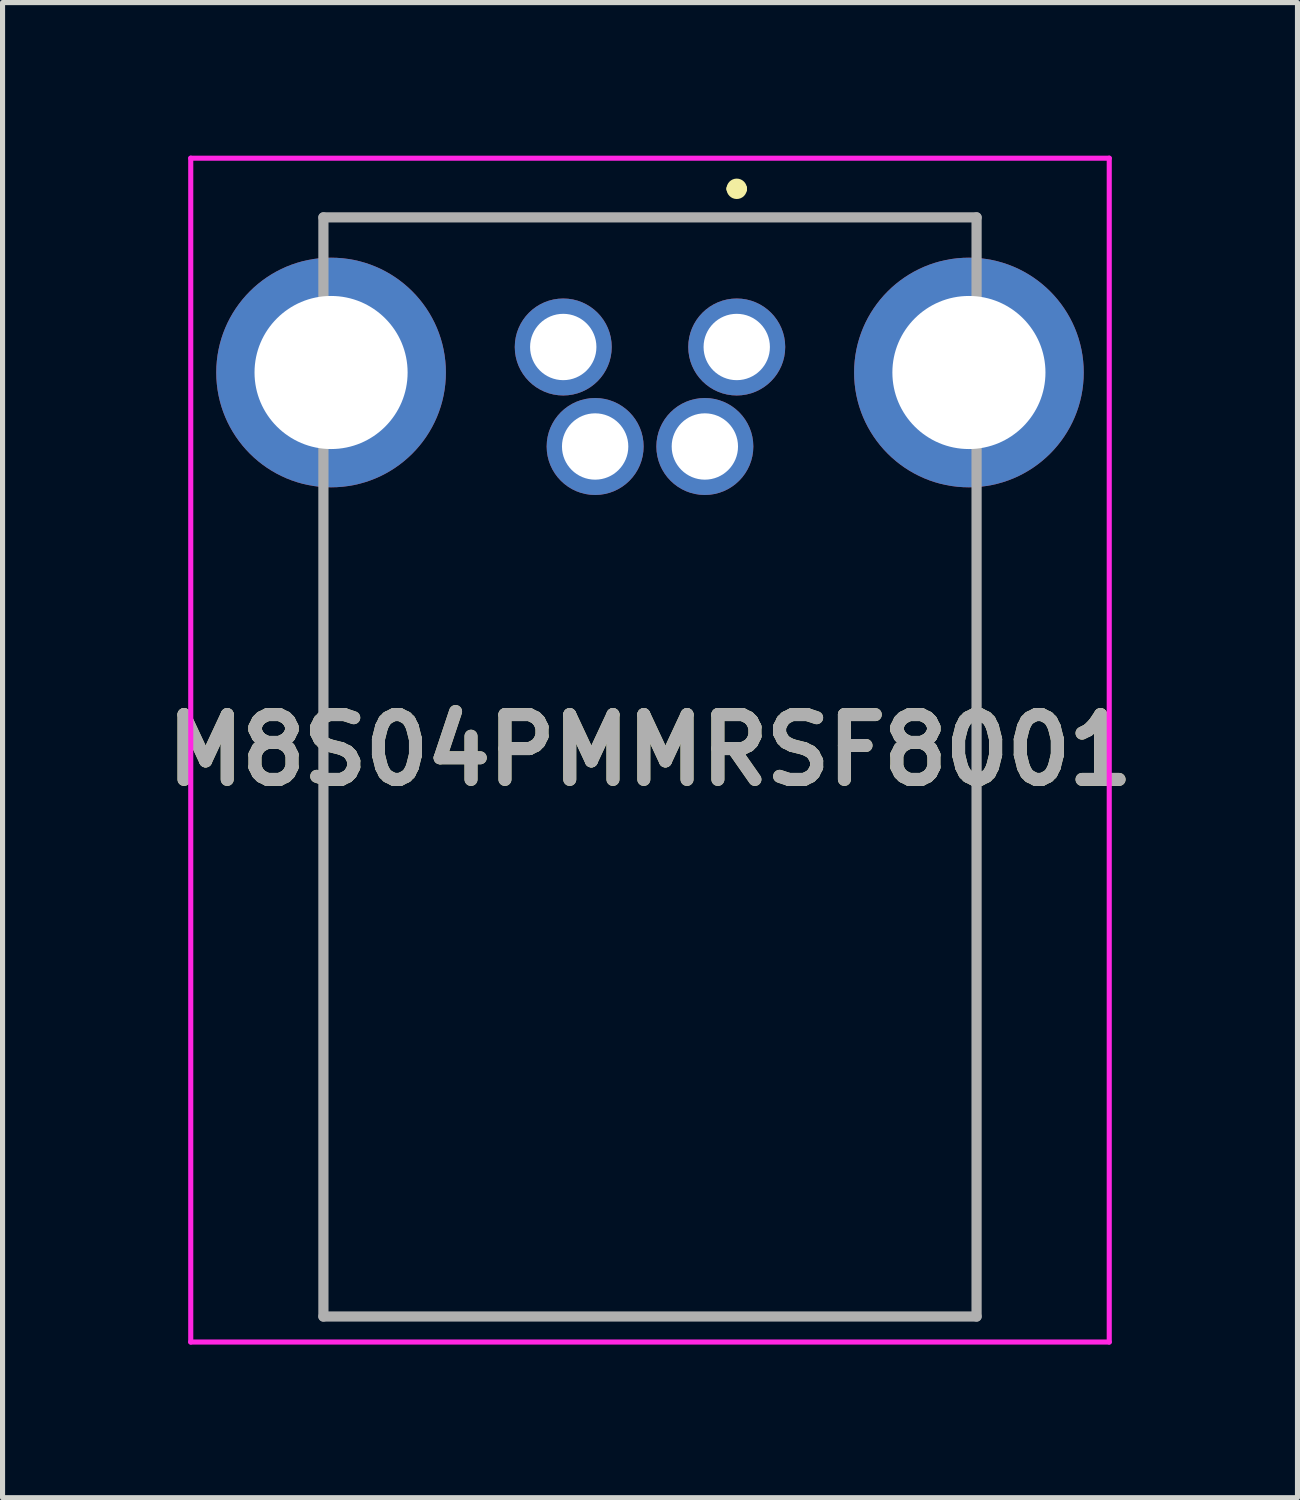
<source format=kicad_pcb>
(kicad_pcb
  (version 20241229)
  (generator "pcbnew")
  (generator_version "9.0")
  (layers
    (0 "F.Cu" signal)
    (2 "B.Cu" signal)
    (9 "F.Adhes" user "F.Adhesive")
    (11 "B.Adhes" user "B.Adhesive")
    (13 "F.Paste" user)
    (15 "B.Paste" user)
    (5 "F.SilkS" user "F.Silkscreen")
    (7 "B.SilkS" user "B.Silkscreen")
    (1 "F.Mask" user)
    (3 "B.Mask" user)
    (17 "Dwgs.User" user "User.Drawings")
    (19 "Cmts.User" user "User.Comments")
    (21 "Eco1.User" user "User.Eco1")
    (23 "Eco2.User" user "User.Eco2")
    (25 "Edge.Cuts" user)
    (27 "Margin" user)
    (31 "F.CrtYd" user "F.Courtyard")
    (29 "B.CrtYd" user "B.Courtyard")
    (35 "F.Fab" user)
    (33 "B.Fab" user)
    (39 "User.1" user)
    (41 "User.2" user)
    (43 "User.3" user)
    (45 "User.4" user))
  (footprint "M8S04PMMRSF8001"
    (layer "F.Cu")
    (at 11.388 3.75)
    (property "Reference" "M8S04PMMRSF8001" (at -1.7 7.9 0) (layer "F.SilkS") (effects (font (size 1.27 1.27) (thickness 0.254))))
    (attr through_hole)
    (fp_line (start -8.1 -2.54) (end 4.7 -2.54) (stroke (width 0.1) (type solid)) (layer "F.SilkS"))
    (fp_line (start -8.1 3.5) (end -8.1 19) (stroke (width 0.1) (type solid)) (layer "F.SilkS"))
    (fp_line (start -8.1 19) (end 4.7 19) (stroke (width 0.1) (type solid)) (layer "F.SilkS"))
    (fp_line (start -0.1 -3.1) (end -0.1 -3.1) (stroke (width 0.2) (type solid)) (layer "F.SilkS"))
    (fp_line (start 0.1 -3.1) (end 0.1 -3.1) (stroke (width 0.2) (type solid)) (layer "F.SilkS"))
    (fp_line (start 4.7 19) (end 4.7 3.5) (stroke (width 0.1) (type solid)) (layer "F.SilkS"))
    (fp_arc (start -0.1 -3.1) (mid 0 -3.2) (end 0.1 -3.1) (stroke (width 0.2) (type solid)) (layer "F.SilkS"))
    (fp_arc (start 0.1 -3.1) (mid 0 -3) (end -0.1 -3.1) (stroke (width 0.2) (type solid)) (layer "F.SilkS"))
    (fp_line (start -10.7 -3.7) (end 7.3 -3.7) (stroke (width 0.1) (type solid)) (layer "F.CrtYd"))
    (fp_line (start -10.7 19.5) (end -10.7 -3.7) (stroke (width 0.1) (type solid)) (layer "F.CrtYd"))
    (fp_line (start 7.3 -3.7) (end 7.3 19.5) (stroke (width 0.1) (type solid)) (layer "F.CrtYd"))
    (fp_line (start 7.3 19.5) (end -10.7 19.5) (stroke (width 0.1) (type solid)) (layer "F.CrtYd"))
    (fp_line (start -8.1 -2.54) (end 4.7 -2.54) (stroke (width 0.2) (type solid)) (layer "F.Fab"))
    (fp_line (start -8.1 19) (end -8.1 -2.54) (stroke (width 0.2) (type solid)) (layer "F.Fab"))
    (fp_line (start 4.7 -2.54) (end 4.7 19) (stroke (width 0.2) (type solid)) (layer "F.Fab"))
    (fp_line (start 4.7 19) (end -8.1 19) (stroke (width 0.2) (type solid)) (layer "F.Fab"))
    (fp_text user "${REFERENCE}" (at -1.7 7.9 0) (layer "F.Fab") (effects (font (size 1.27 1.27) (thickness 0.254))))
    (pad "1" thru_hole circle (at 0 0) (size 1.9 1.9) (drill 1.3) (layers "*.Cu" "*.Mask"))
    (pad "2" thru_hole circle (at -0.625 1.95) (size 1.9 1.9) (drill 1.3) (layers "*.Cu" "*.Mask"))
    (pad "3" thru_hole circle (at -3.4 0) (size 1.9 1.9) (drill 1.3) (layers "*.Cu" "*.Mask"))
    (pad "4" thru_hole circle (at -2.775 1.95) (size 1.9 1.9) (drill 1.3) (layers "*.Cu" "*.Mask"))
    (pad "MH1" thru_hole circle (at -7.95 0.5) (size 4.5 4.5) (drill 3) (layers "*.Cu" "*.Mask"))
    (pad "MH2" thru_hole circle (at 4.55 0.5) (size 4.5 4.5) (drill 3) (layers "*.Cu" "*.Mask")))
  (gr_rect
    (start -3 -3)
    (end 22.377 26.3)
    (stroke (width 0.1) (type default))
    (fill no)
    (layer "Edge.Cuts")))
</source>
